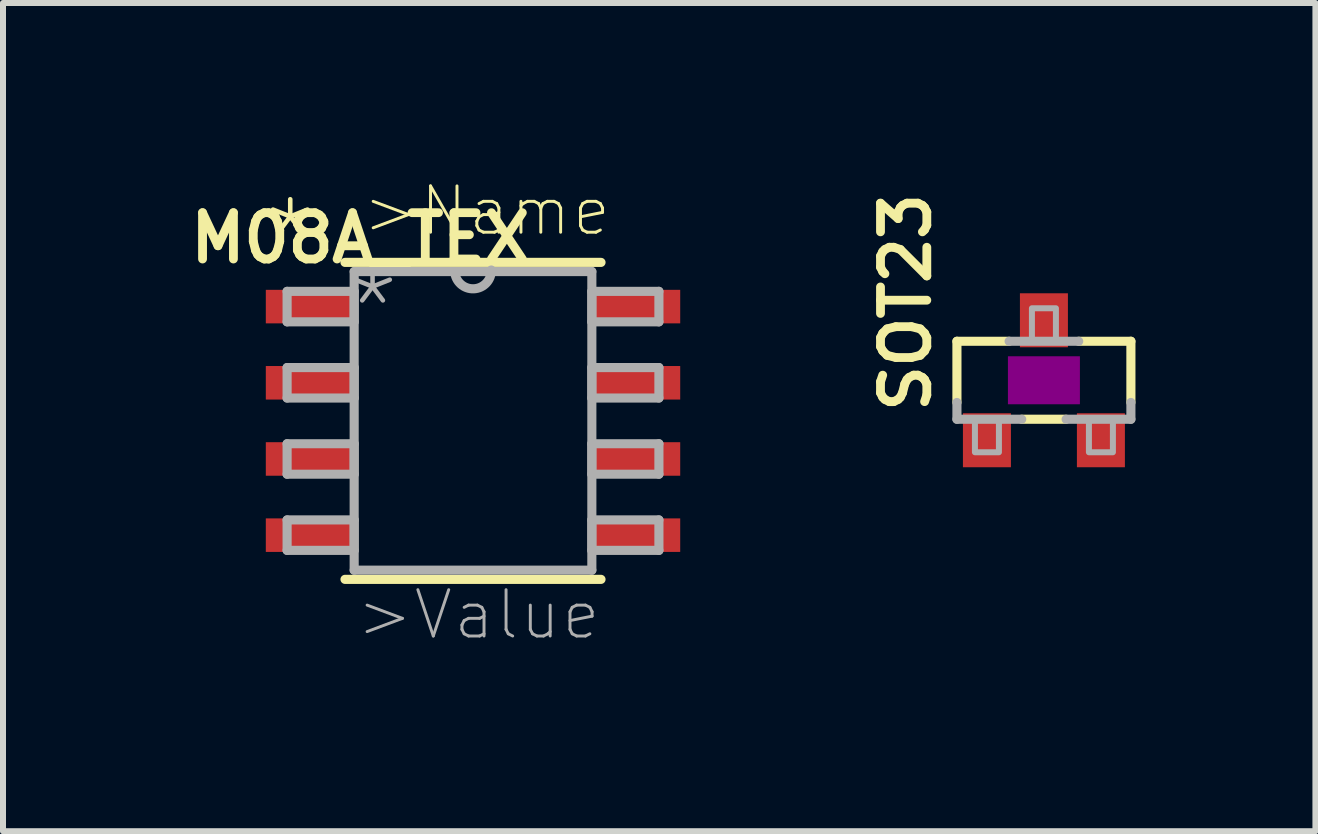
<source format=kicad_pcb>
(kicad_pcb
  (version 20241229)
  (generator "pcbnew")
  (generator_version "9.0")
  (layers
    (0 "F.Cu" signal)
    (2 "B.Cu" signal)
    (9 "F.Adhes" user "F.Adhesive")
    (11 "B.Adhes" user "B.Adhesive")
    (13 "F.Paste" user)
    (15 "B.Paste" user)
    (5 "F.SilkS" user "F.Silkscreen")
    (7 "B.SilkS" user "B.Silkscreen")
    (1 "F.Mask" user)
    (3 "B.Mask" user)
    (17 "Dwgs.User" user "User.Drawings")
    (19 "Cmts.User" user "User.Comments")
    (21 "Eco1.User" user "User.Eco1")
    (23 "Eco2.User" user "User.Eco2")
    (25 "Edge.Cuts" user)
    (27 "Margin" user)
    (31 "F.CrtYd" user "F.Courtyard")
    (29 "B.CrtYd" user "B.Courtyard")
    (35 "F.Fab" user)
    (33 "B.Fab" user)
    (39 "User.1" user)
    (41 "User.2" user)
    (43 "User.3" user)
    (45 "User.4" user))
  (footprint "M08A_TEX"
    (layer "F.Cu")
    (at 4.835 3.966)
    (property "Reference" "M08A_TEX" (at -1.88 -3.048 0) (layer "F.SilkS") (effects (font (size 0.772 0.772) (thickness 0.147))))
    (attr through_hole)
    (fp_line (start -2.134 2.642) (end 2.134 2.642) (stroke (width 0.152) (type solid)) (layer "F.SilkS"))
    (fp_line (start 2.134 -2.642) (end -2.134 -2.642) (stroke (width 0.152) (type solid)) (layer "F.SilkS"))
    (fp_line (start -3.099 -2.159) (end -3.099 -1.651) (stroke (width 0.152) (type solid)) (layer "F.Fab"))
    (fp_line (start -3.099 -1.651) (end -1.981 -1.651) (stroke (width 0.152) (type solid)) (layer "F.Fab"))
    (fp_line (start -3.099 -0.889) (end -3.099 -0.381) (stroke (width 0.152) (type solid)) (layer "F.Fab"))
    (fp_line (start -3.099 -0.381) (end -1.981 -0.381) (stroke (width 0.152) (type solid)) (layer "F.Fab"))
    (fp_line (start -3.099 0.381) (end -3.099 0.889) (stroke (width 0.152) (type solid)) (layer "F.Fab"))
    (fp_line (start -3.099 0.889) (end -1.981 0.889) (stroke (width 0.152) (type solid)) (layer "F.Fab"))
    (fp_line (start -3.099 1.651) (end -3.099 2.159) (stroke (width 0.152) (type solid)) (layer "F.Fab"))
    (fp_line (start -3.099 2.159) (end -1.981 2.159) (stroke (width 0.152) (type solid)) (layer "F.Fab"))
    (fp_line (start -1.981 -2.489) (end -1.981 2.489) (stroke (width 0.152) (type solid)) (layer "F.Fab"))
    (fp_line (start -1.981 -2.159) (end -3.099 -2.159) (stroke (width 0.152) (type solid)) (layer "F.Fab"))
    (fp_line (start -1.981 -1.651) (end -1.981 -2.159) (stroke (width 0.152) (type solid)) (layer "F.Fab"))
    (fp_line (start -1.981 -0.889) (end -3.099 -0.889) (stroke (width 0.152) (type solid)) (layer "F.Fab"))
    (fp_line (start -1.981 -0.381) (end -1.981 -0.889) (stroke (width 0.152) (type solid)) (layer "F.Fab"))
    (fp_line (start -1.981 0.381) (end -3.099 0.381) (stroke (width 0.152) (type solid)) (layer "F.Fab"))
    (fp_line (start -1.981 0.889) (end -1.981 0.381) (stroke (width 0.152) (type solid)) (layer "F.Fab"))
    (fp_line (start -1.981 1.651) (end -3.099 1.651) (stroke (width 0.152) (type solid)) (layer "F.Fab"))
    (fp_line (start -1.981 2.159) (end -1.981 1.651) (stroke (width 0.152) (type solid)) (layer "F.Fab"))
    (fp_line (start -1.981 2.489) (end 1.981 2.489) (stroke (width 0.152) (type solid)) (layer "F.Fab"))
    (fp_line (start -0.305 -2.489) (end -1.981 -2.489) (stroke (width 0.152) (type solid)) (layer "F.Fab"))
    (fp_line (start 1.981 -2.489) (end -0.305 -2.489) (stroke (width 0.152) (type solid)) (layer "F.Fab"))
    (fp_line (start 1.981 -2.159) (end 1.981 -1.651) (stroke (width 0.152) (type solid)) (layer "F.Fab"))
    (fp_line (start 1.981 -1.651) (end 3.099 -1.651) (stroke (width 0.152) (type solid)) (layer "F.Fab"))
    (fp_line (start 1.981 -0.889) (end 1.981 -0.381) (stroke (width 0.152) (type solid)) (layer "F.Fab"))
    (fp_line (start 1.981 -0.381) (end 3.099 -0.381) (stroke (width 0.152) (type solid)) (layer "F.Fab"))
    (fp_line (start 1.981 0.381) (end 1.981 0.889) (stroke (width 0.152) (type solid)) (layer "F.Fab"))
    (fp_line (start 1.981 0.889) (end 3.099 0.889) (stroke (width 0.152) (type solid)) (layer "F.Fab"))
    (fp_line (start 1.981 1.651) (end 1.981 2.159) (stroke (width 0.152) (type solid)) (layer "F.Fab"))
    (fp_line (start 1.981 2.159) (end 3.099 2.159) (stroke (width 0.152) (type solid)) (layer "F.Fab"))
    (fp_line (start 1.981 2.489) (end 1.981 -2.489) (stroke (width 0.152) (type solid)) (layer "F.Fab"))
    (fp_line (start 3.099 -2.159) (end 1.981 -2.159) (stroke (width 0.152) (type solid)) (layer "F.Fab"))
    (fp_line (start 3.099 -1.651) (end 3.099 -2.159) (stroke (width 0.152) (type solid)) (layer "F.Fab"))
    (fp_line (start 3.099 -0.889) (end 1.981 -0.889) (stroke (width 0.152) (type solid)) (layer "F.Fab"))
    (fp_line (start 3.099 -0.381) (end 3.099 -0.889) (stroke (width 0.152) (type solid)) (layer "F.Fab"))
    (fp_line (start 3.099 0.381) (end 1.981 0.381) (stroke (width 0.152) (type solid)) (layer "F.Fab"))
    (fp_line (start 3.099 0.889) (end 3.099 0.381) (stroke (width 0.152) (type solid)) (layer "F.Fab"))
    (fp_line (start 3.099 1.651) (end 1.981 1.651) (stroke (width 0.152) (type solid)) (layer "F.Fab"))
    (fp_line (start 3.099 2.159) (end 3.099 1.651) (stroke (width 0.152) (type solid)) (layer "F.Fab"))
    (fp_arc (start 0.3048 -2.5146) (mid 0.0127 -2.1971) (end -0.3048 -2.4892) (stroke (width 0.1524) (type solid)) (layer "F.Fab"))
    (fp_text user ">Name" (at -1.88 -3.048 0) (layer "F.SilkS") (effects (font (size 0.772 0.772) (thickness 0.049)) (justify left bottom)))
    (fp_text user "*" (at -3.556 -2.337 0) (layer "F.SilkS") (effects (font (size 1.206 1.206) (thickness 0.076)) (justify left bottom)))
    (fp_text user ">Value" (at -1.981 3.683 0) (layer "F.Fab") (effects (font (size 0.772 0.772) (thickness 0.049)) (justify left bottom)))
    (fp_text user "*" (at -2.184 -1.168 0) (layer "F.Fab") (effects (font (size 1.206 1.206) (thickness 0.076)) (justify left bottom)))
    (pad "1" smd rect (at -2.724 -1.905) (size 1.46 0.559) (layers "F.Cu" "F.Mask" "F.Paste"))
    (pad "2" smd rect (at -2.724 -0.635) (size 1.46 0.559) (layers "F.Cu" "F.Mask" "F.Paste"))
    (pad "3" smd rect (at -2.724 0.635) (size 1.46 0.559) (layers "F.Cu" "F.Mask" "F.Paste"))
    (pad "4" smd rect (at -2.724 1.905) (size 1.46 0.559) (layers "F.Cu" "F.Mask" "F.Paste"))
    (pad "5" smd rect (at 2.724 1.905) (size 1.46 0.559) (layers "F.Cu" "F.Mask" "F.Paste"))
    (pad "6" smd rect (at 2.724 0.635) (size 1.46 0.559) (layers "F.Cu" "F.Mask" "F.Paste"))
    (pad "7" smd rect (at 2.724 -0.635) (size 1.46 0.559) (layers "F.Cu" "F.Mask" "F.Paste"))
    (pad "8" smd rect (at 2.724 -1.905) (size 1.46 0.559) (layers "F.Cu" "F.Mask" "F.Paste")))
  (footprint "SOT23"
    (layer "F.Cu")
    (at 14.352 3.289)
    (property "Reference" "SOT23" (at -1.85 0.6 90) (layer "F.SilkS") (effects (font (size 0.772 0.772) (thickness 0.147)) (justify left bottom)))
    (attr through_hole)
    (fp_line (start -1.45 -0.65) (end -0.58 -0.65) (stroke (width 0.152) (type solid)) (layer "F.SilkS"))
    (fp_line (start -1.45 0.37) (end -1.45 -0.65) (stroke (width 0.152) (type solid)) (layer "F.SilkS"))
    (fp_line (start -0.37 0.65) (end 0.37 0.65) (stroke (width 0.152) (type solid)) (layer "F.SilkS"))
    (fp_line (start 0.58 -0.65) (end 1.45 -0.65) (stroke (width 0.152) (type solid)) (layer "F.SilkS"))
    (fp_line (start 1.45 -0.65) (end 1.45 0.37) (stroke (width 0.152) (type solid)) (layer "F.SilkS"))
    (fp_poly (pts (xy -0.6 0.4) (xy 0.6 0.4) (xy 0.6 -0.4) (xy -0.6 -0.4)) (stroke (width 0) (type solid)) (fill yes) (layer "F.Adhes"))
    (fp_line (start -1.45 0.65) (end -1.45 0.37) (stroke (width 0.152) (type solid)) (layer "F.Fab"))
    (fp_line (start -1.45 0.65) (end -0.37 0.65) (stroke (width 0.152) (type solid)) (layer "F.Fab"))
    (fp_line (start -0.58 -0.65) (end 0.58 -0.65) (stroke (width 0.152) (type solid)) (layer "F.Fab"))
    (fp_line (start 0.37 0.65) (end 1.45 0.65) (stroke (width 0.152) (type solid)) (layer "F.Fab"))
    (fp_line (start 1.45 0.37) (end 1.45 0.65) (stroke (width 0.152) (type solid)) (layer "F.Fab"))
    (fp_poly (pts (xy -1.15 1.2) (xy -0.75 1.2) (xy -0.75 0.65) (xy -1.15 0.65)) (stroke (width 0.1) (type solid)) (fill no) (layer "F.Fab"))
    (fp_poly (pts (xy -0.2 -0.65) (xy 0.2 -0.65) (xy 0.2 -1.2) (xy -0.2 -1.2)) (stroke (width 0.1) (type solid)) (fill no) (layer "F.Fab"))
    (fp_poly (pts (xy 0.75 1.2) (xy 1.15 1.2) (xy 1.15 0.65) (xy 0.75 0.65)) (stroke (width 0.1) (type solid)) (fill no) (layer "F.Fab"))
    (pad "1" smd rect (at -0.95 1) (size 0.8 0.9) (layers "F.Cu" "F.Mask" "F.Paste"))
    (pad "2" smd rect (at 0.95 1) (size 0.8 0.9) (layers "F.Cu" "F.Mask" "F.Paste"))
    (pad "3" smd rect (at 0 -1) (size 0.8 0.9) (layers "F.Cu" "F.Mask" "F.Paste")))
  (gr_rect
    (start -3 -3)
    (end 18.878 10.806)
    (stroke (width 0.1) (type default))
    (fill no)
    (layer "Edge.Cuts")))
</source>
